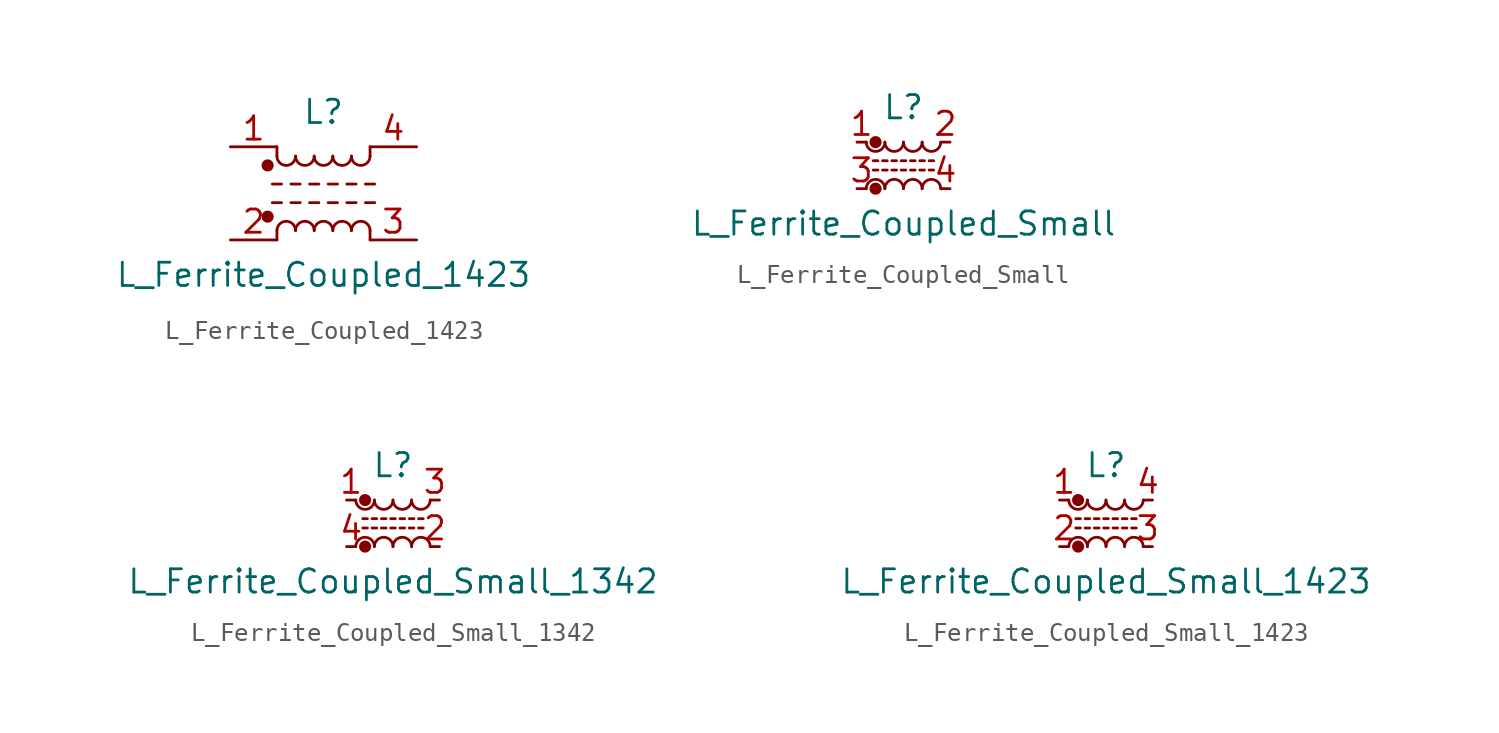
<source format=kicad_sym>
(kicad_symbol_lib
  (version 20220914)
  (generator kicad_symbol_editor)
  (symbol "L_Ferrite_Coupled_1423"
    (pin_names
      (offset 0.254) hide)
    (property "Reference" "L"
      (at 0 4.445 0)
      (effects (font (size 1.27 1.27))))
    (property "Value" "L_Ferrite_Coupled_1423"
      (at 0 -4.445 0)
      (effects (font (size 1.27 1.27))))
    (symbol "L_Ferrite_Coupled_1423_0_1"
      (circle (center -3.048 -1.27) (radius 0.254) (stroke (width 0) (type default)) (fill (type outline)))
      (circle (center -3.048 1.524) (radius 0.254) (stroke (width 0) (type default)) (fill (type outline)))
      (arc (start -2.54 2.032) (mid -2.032 1.5262) (end -1.524 2.032) (stroke (width 0) (type default)) (fill (type none)))
      (arc (start -1.524 -2.032) (mid -2.032 -1.5262) (end -2.54 -2.032) (stroke (width 0) (type default)) (fill (type none)))
      (arc (start -1.524 2.032) (mid -1.016 1.5262) (end -0.508 2.032) (stroke (width 0) (type default)) (fill (type none)))
      (arc (start -0.508 -2.032) (mid -1.016 -1.5262) (end -1.524 -2.032) (stroke (width 0) (type default)) (fill (type none)))
      (arc (start -0.508 2.032) (mid 0 1.5262) (end 0.508 2.032) (stroke (width 0) (type default)) (fill (type none)))
      (polyline (pts (xy -2.794 -0.508) (xy -2.286 -0.508)) (stroke (width 0) (type default)) (fill (type none)))
      (polyline (pts (xy -2.794 0.508) (xy -2.286 0.508)) (stroke (width 0) (type default)) (fill (type none)))
      (polyline (pts (xy -2.54 -2.032) (xy -2.54 -2.54)) (stroke (width 0) (type default)) (fill (type none)))
      (polyline (pts (xy -2.54 2.032) (xy -2.54 2.54)) (stroke (width 0) (type default)) (fill (type none)))
      (polyline (pts (xy -1.778 -0.508) (xy -1.27 -0.508)) (stroke (width 0) (type default)) (fill (type none)))
      (polyline (pts (xy -1.778 0.508) (xy -1.27 0.508)) (stroke (width 0) (type default)) (fill (type none)))
      (polyline (pts (xy -0.762 -0.508) (xy -0.254 -0.508)) (stroke (width 0) (type default)) (fill (type none)))
      (polyline (pts (xy -0.762 0.508) (xy -0.254 0.508)) (stroke (width 0) (type default)) (fill (type none)))
      (polyline (pts (xy 0.254 -0.508) (xy 0.762 -0.508)) (stroke (width 0) (type default)) (fill (type none)))
      (polyline (pts (xy 0.254 0.508) (xy 0.762 0.508)) (stroke (width 0) (type default)) (fill (type none)))
      (polyline (pts (xy 1.27 -0.508) (xy 1.778 -0.508)) (stroke (width 0) (type default)) (fill (type none)))
      (polyline (pts (xy 1.27 0.508) (xy 1.778 0.508)) (stroke (width 0) (type default)) (fill (type none)))
      (polyline (pts (xy 2.286 -0.508) (xy 2.794 -0.508)) (stroke (width 0) (type default)) (fill (type none)))
      (polyline (pts (xy 2.286 0.508) (xy 2.794 0.508)) (stroke (width 0) (type default)) (fill (type none)))
      (polyline (pts (xy 2.54 -2.032) (xy 2.54 -2.54)) (stroke (width 0) (type default)) (fill (type none)))
      (polyline (pts (xy 2.54 2.54) (xy 2.54 2.032)) (stroke (width 0) (type default)) (fill (type none)))
      (arc (start 0.508 -2.032) (mid 0 -1.5262) (end -0.508 -2.032) (stroke (width 0) (type default)) (fill (type none)))
      (arc (start 0.508 2.032) (mid 1.016 1.5262) (end 1.524 2.032) (stroke (width 0) (type default)) (fill (type none)))
      (arc (start 1.524 -2.032) (mid 1.016 -1.5262) (end 0.508 -2.032) (stroke (width 0) (type default)) (fill (type none)))
      (arc (start 1.524 2.032) (mid 2.032 1.5262) (end 2.54 2.032) (stroke (width 0) (type default)) (fill (type none)))
      (arc (start 2.54 -2.032) (mid 2.032 -1.5262) (end 1.524 -2.032) (stroke (width 0) (type default)) (fill (type none))))
    (symbol "L_Ferrite_Coupled_1423_1_1"
      (pin passive line (at -5.08 2.54 0) (length 2.54) (name "1" (effects (font (size 1.27 1.27)))) (number "1" (effects (font (size 1.27 1.27)))))
      (pin passive line (at -5.08 -2.54 0) (length 2.54) (name "2" (effects (font (size 1.27 1.27)))) (number "2" (effects (font (size 1.27 1.27)))))
      (pin passive line (at 5.08 -2.54 180) (length 2.54) (name "3" (effects (font (size 1.27 1.27)))) (number "3" (effects (font (size 1.27 1.27)))))
      (pin passive line (at 5.08 2.54 180) (length 2.54) (name "4" (effects (font (size 1.27 1.27)))) (number "4" (effects (font (size 1.27 1.27)))))))
  (symbol "L_Ferrite_Coupled_Small"
    (pin_names
      (offset 0.254) hide)
    (property "Reference" "L"
      (at 0 3.175 0)
      (effects (font (size 1.27 1.27))))
    (property "Value" "L_Ferrite_Coupled_Small"
      (at 0 -3.175 0)
      (effects (font (size 1.27 1.27))))
    (symbol "L_Ferrite_Coupled_Small_0_1"
      (arc (start -2.032 1.27) (mid -1.524 0.7642) (end -1.016 1.27) (stroke (width 0) (type default)) (fill (type none)))
      (circle (center -1.524 -1.27) (radius 0.254) (stroke (width 0) (type default)) (fill (type outline)))
      (circle (center -1.524 1.27) (radius 0.254) (stroke (width 0) (type default)) (fill (type outline)))
      (arc (start -1.016 -1.27) (mid -1.524 -0.7642) (end -2.032 -1.27) (stroke (width 0) (type default)) (fill (type none)))
      (arc (start -1.016 1.27) (mid -0.508 0.7642) (end 0 1.27) (stroke (width 0) (type default)) (fill (type none)))
      (arc (start 0 -1.27) (mid -0.508 -0.7642) (end -1.016 -1.27) (stroke (width 0) (type default)) (fill (type none)))
      (polyline (pts (xy -1.651 0.254) (xy -1.397 0.254)) (stroke (width 0) (type default)) (fill (type none)))
      (polyline (pts (xy -1.397 -0.254) (xy -1.651 -0.254)) (stroke (width 0) (type default)) (fill (type none)))
      (polyline (pts (xy -1.143 0.254) (xy -0.889 0.254)) (stroke (width 0) (type default)) (fill (type none)))
      (polyline (pts (xy -0.889 -0.254) (xy -1.143 -0.254)) (stroke (width 0) (type default)) (fill (type none)))
      (polyline (pts (xy -0.635 0.254) (xy -0.381 0.254)) (stroke (width 0) (type default)) (fill (type none)))
      (polyline (pts (xy -0.381 -0.254) (xy -0.635 -0.254)) (stroke (width 0) (type default)) (fill (type none)))
      (polyline (pts (xy -0.127 0.254) (xy 0.127 0.254)) (stroke (width 0) (type default)) (fill (type none)))
      (polyline (pts (xy 0.127 -0.254) (xy -0.127 -0.254)) (stroke (width 0) (type default)) (fill (type none)))
      (polyline (pts (xy 0.381 0.254) (xy 0.635 0.254)) (stroke (width 0) (type default)) (fill (type none)))
      (polyline (pts (xy 0.635 -0.254) (xy 0.381 -0.254)) (stroke (width 0) (type default)) (fill (type none)))
      (polyline (pts (xy 0.889 0.254) (xy 1.143 0.254)) (stroke (width 0) (type default)) (fill (type none)))
      (polyline (pts (xy 1.143 -0.254) (xy 0.889 -0.254)) (stroke (width 0) (type default)) (fill (type none)))
      (polyline (pts (xy 1.397 0.254) (xy 1.651 0.254)) (stroke (width 0) (type default)) (fill (type none)))
      (polyline (pts (xy 1.651 -0.254) (xy 1.397 -0.254)) (stroke (width 0) (type default)) (fill (type none)))
      (arc (start 0 1.27) (mid 0.508 0.7642) (end 1.016 1.27) (stroke (width 0) (type default)) (fill (type none)))
      (arc (start 1.016 -1.27) (mid 0.508 -0.7642) (end 0 -1.27) (stroke (width 0) (type default)) (fill (type none)))
      (arc (start 1.016 1.27) (mid 1.524 0.7642) (end 2.032 1.27) (stroke (width 0) (type default)) (fill (type none)))
      (arc (start 2.032 -1.27) (mid 1.524 -0.7642) (end 1.016 -1.27) (stroke (width 0) (type default)) (fill (type none))))
    (symbol "L_Ferrite_Coupled_Small_1_1"
      (pin passive line (at -2.54 1.27 0) (length 0.508) (name "1" (effects (font (size 1.27 1.27)))) (number "1" (effects (font (size 1.27 1.27)))))
      (pin passive line (at 2.54 1.27 180) (length 0.508) (name "2" (effects (font (size 1.27 1.27)))) (number "2" (effects (font (size 1.27 1.27)))))
      (pin passive line (at -2.54 -1.27 0) (length 0.508) (name "3" (effects (font (size 1.27 1.27)))) (number "3" (effects (font (size 1.27 1.27)))))
      (pin passive line (at 2.54 -1.27 180) (length 0.508) (name "4" (effects (font (size 1.27 1.27)))) (number "4" (effects (font (size 1.27 1.27)))))))
  (symbol "L_Ferrite_Coupled_Small_1342"
    (pin_names
      (offset 0.254) hide)
    (property "Reference" "L"
      (at 0 3.175 0)
      (effects (font (size 1.27 1.27))))
    (property "Value" "L_Ferrite_Coupled_Small_1342"
      (at 0 -3.175 0)
      (effects (font (size 1.27 1.27))))
    (symbol "L_Ferrite_Coupled_Small_1342_0_1"
      (arc (start -2.032 1.27) (mid -1.524 0.7642) (end -1.016 1.27) (stroke (width 0) (type default)) (fill (type none)))
      (circle (center -1.524 -1.27) (radius 0.254) (stroke (width 0) (type default)) (fill (type outline)))
      (circle (center -1.524 1.27) (radius 0.254) (stroke (width 0) (type default)) (fill (type outline)))
      (arc (start -1.016 -1.27) (mid -1.524 -0.7642) (end -2.032 -1.27) (stroke (width 0) (type default)) (fill (type none)))
      (arc (start -1.016 1.27) (mid -0.508 0.7642) (end 0 1.27) (stroke (width 0) (type default)) (fill (type none)))
      (arc (start 0 -1.27) (mid -0.508 -0.7642) (end -1.016 -1.27) (stroke (width 0) (type default)) (fill (type none)))
      (polyline (pts (xy -1.651 0.254) (xy -1.397 0.254)) (stroke (width 0) (type default)) (fill (type none)))
      (polyline (pts (xy -1.397 -0.254) (xy -1.651 -0.254)) (stroke (width 0) (type default)) (fill (type none)))
      (polyline (pts (xy -1.143 0.254) (xy -0.889 0.254)) (stroke (width 0) (type default)) (fill (type none)))
      (polyline (pts (xy -0.889 -0.254) (xy -1.143 -0.254)) (stroke (width 0) (type default)) (fill (type none)))
      (polyline (pts (xy -0.635 0.254) (xy -0.381 0.254)) (stroke (width 0) (type default)) (fill (type none)))
      (polyline (pts (xy -0.381 -0.254) (xy -0.635 -0.254)) (stroke (width 0) (type default)) (fill (type none)))
      (polyline (pts (xy -0.127 0.254) (xy 0.127 0.254)) (stroke (width 0) (type default)) (fill (type none)))
      (polyline (pts (xy 0.127 -0.254) (xy -0.127 -0.254)) (stroke (width 0) (type default)) (fill (type none)))
      (polyline (pts (xy 0.381 0.254) (xy 0.635 0.254)) (stroke (width 0) (type default)) (fill (type none)))
      (polyline (pts (xy 0.635 -0.254) (xy 0.381 -0.254)) (stroke (width 0) (type default)) (fill (type none)))
      (polyline (pts (xy 0.889 0.254) (xy 1.143 0.254)) (stroke (width 0) (type default)) (fill (type none)))
      (polyline (pts (xy 1.143 -0.254) (xy 0.889 -0.254)) (stroke (width 0) (type default)) (fill (type none)))
      (polyline (pts (xy 1.397 0.254) (xy 1.651 0.254)) (stroke (width 0) (type default)) (fill (type none)))
      (polyline (pts (xy 1.651 -0.254) (xy 1.397 -0.254)) (stroke (width 0) (type default)) (fill (type none)))
      (arc (start 0 1.27) (mid 0.508 0.7642) (end 1.016 1.27) (stroke (width 0) (type default)) (fill (type none)))
      (arc (start 1.016 -1.27) (mid 0.508 -0.7642) (end 0 -1.27) (stroke (width 0) (type default)) (fill (type none)))
      (arc (start 1.016 1.27) (mid 1.524 0.7642) (end 2.032 1.27) (stroke (width 0) (type default)) (fill (type none)))
      (arc (start 2.032 -1.27) (mid 1.524 -0.7642) (end 1.016 -1.27) (stroke (width 0) (type default)) (fill (type none))))
    (symbol "L_Ferrite_Coupled_Small_1342_1_1"
      (pin passive line (at -2.54 1.27 0) (length 0.508) (name "1" (effects (font (size 1.27 1.27)))) (number "1" (effects (font (size 1.27 1.27)))))
      (pin passive line (at 2.54 -1.27 180) (length 0.508) (name "2" (effects (font (size 1.27 1.27)))) (number "2" (effects (font (size 1.27 1.27)))))
      (pin passive line (at 2.54 1.27 180) (length 0.508) (name "3" (effects (font (size 1.27 1.27)))) (number "3" (effects (font (size 1.27 1.27)))))
      (pin passive line (at -2.54 -1.27 0) (length 0.508) (name "4" (effects (font (size 1.27 1.27)))) (number "4" (effects (font (size 1.27 1.27)))))))
  (symbol "L_Ferrite_Coupled_Small_1423"
    (pin_names
      (offset 0.254) hide)
    (property "Reference" "L"
      (at 0 3.175 0)
      (effects (font (size 1.27 1.27))))
    (property "Value" "L_Ferrite_Coupled_Small_1423"
      (at 0 -3.175 0)
      (effects (font (size 1.27 1.27))))
    (symbol "L_Ferrite_Coupled_Small_1423_0_1"
      (arc (start -2.032 1.27) (mid -1.524 0.7642) (end -1.016 1.27) (stroke (width 0) (type default)) (fill (type none)))
      (circle (center -1.524 -1.27) (radius 0.254) (stroke (width 0) (type default)) (fill (type outline)))
      (circle (center -1.524 1.27) (radius 0.254) (stroke (width 0) (type default)) (fill (type outline)))
      (arc (start -1.016 -1.27) (mid -1.524 -0.7642) (end -2.032 -1.27) (stroke (width 0) (type default)) (fill (type none)))
      (arc (start -1.016 1.27) (mid -0.508 0.7642) (end 0 1.27) (stroke (width 0) (type default)) (fill (type none)))
      (arc (start 0 -1.27) (mid -0.508 -0.7642) (end -1.016 -1.27) (stroke (width 0) (type default)) (fill (type none)))
      (polyline (pts (xy -1.651 0.254) (xy -1.397 0.254)) (stroke (width 0) (type default)) (fill (type none)))
      (polyline (pts (xy -1.397 -0.254) (xy -1.651 -0.254)) (stroke (width 0) (type default)) (fill (type none)))
      (polyline (pts (xy -1.143 0.254) (xy -0.889 0.254)) (stroke (width 0) (type default)) (fill (type none)))
      (polyline (pts (xy -0.889 -0.254) (xy -1.143 -0.254)) (stroke (width 0) (type default)) (fill (type none)))
      (polyline (pts (xy -0.635 0.254) (xy -0.381 0.254)) (stroke (width 0) (type default)) (fill (type none)))
      (polyline (pts (xy -0.381 -0.254) (xy -0.635 -0.254)) (stroke (width 0) (type default)) (fill (type none)))
      (polyline (pts (xy -0.127 0.254) (xy 0.127 0.254)) (stroke (width 0) (type default)) (fill (type none)))
      (polyline (pts (xy 0.127 -0.254) (xy -0.127 -0.254)) (stroke (width 0) (type default)) (fill (type none)))
      (polyline (pts (xy 0.381 0.254) (xy 0.635 0.254)) (stroke (width 0) (type default)) (fill (type none)))
      (polyline (pts (xy 0.635 -0.254) (xy 0.381 -0.254)) (stroke (width 0) (type default)) (fill (type none)))
      (polyline (pts (xy 0.889 0.254) (xy 1.143 0.254)) (stroke (width 0) (type default)) (fill (type none)))
      (polyline (pts (xy 1.143 -0.254) (xy 0.889 -0.254)) (stroke (width 0) (type default)) (fill (type none)))
      (polyline (pts (xy 1.397 0.254) (xy 1.651 0.254)) (stroke (width 0) (type default)) (fill (type none)))
      (polyline (pts (xy 1.651 -0.254) (xy 1.397 -0.254)) (stroke (width 0) (type default)) (fill (type none)))
      (arc (start 0 1.27) (mid 0.508 0.7642) (end 1.016 1.27) (stroke (width 0) (type default)) (fill (type none)))
      (arc (start 1.016 -1.27) (mid 0.508 -0.7642) (end 0 -1.27) (stroke (width 0) (type default)) (fill (type none)))
      (arc (start 1.016 1.27) (mid 1.524 0.7642) (end 2.032 1.27) (stroke (width 0) (type default)) (fill (type none)))
      (arc (start 2.032 -1.27) (mid 1.524 -0.7642) (end 1.016 -1.27) (stroke (width 0) (type default)) (fill (type none))))
    (symbol "L_Ferrite_Coupled_Small_1423_1_1"
      (pin passive line (at -2.54 1.27 0) (length 0.508) (name "1" (effects (font (size 1.27 1.27)))) (number "1" (effects (font (size 1.27 1.27)))))
      (pin passive line (at -2.54 -1.27 0) (length 0.508) (name "2" (effects (font (size 1.27 1.27)))) (number "2" (effects (font (size 1.27 1.27)))))
      (pin passive line (at 2.54 -1.27 180) (length 0.508) (name "3" (effects (font (size 1.27 1.27)))) (number "3" (effects (font (size 1.27 1.27)))))
      (pin passive line (at 2.54 1.27 180) (length 0.508) (name "4" (effects (font (size 1.27 1.27)))) (number "4" (effects (font (size 1.27 1.27))))))))
</source>
